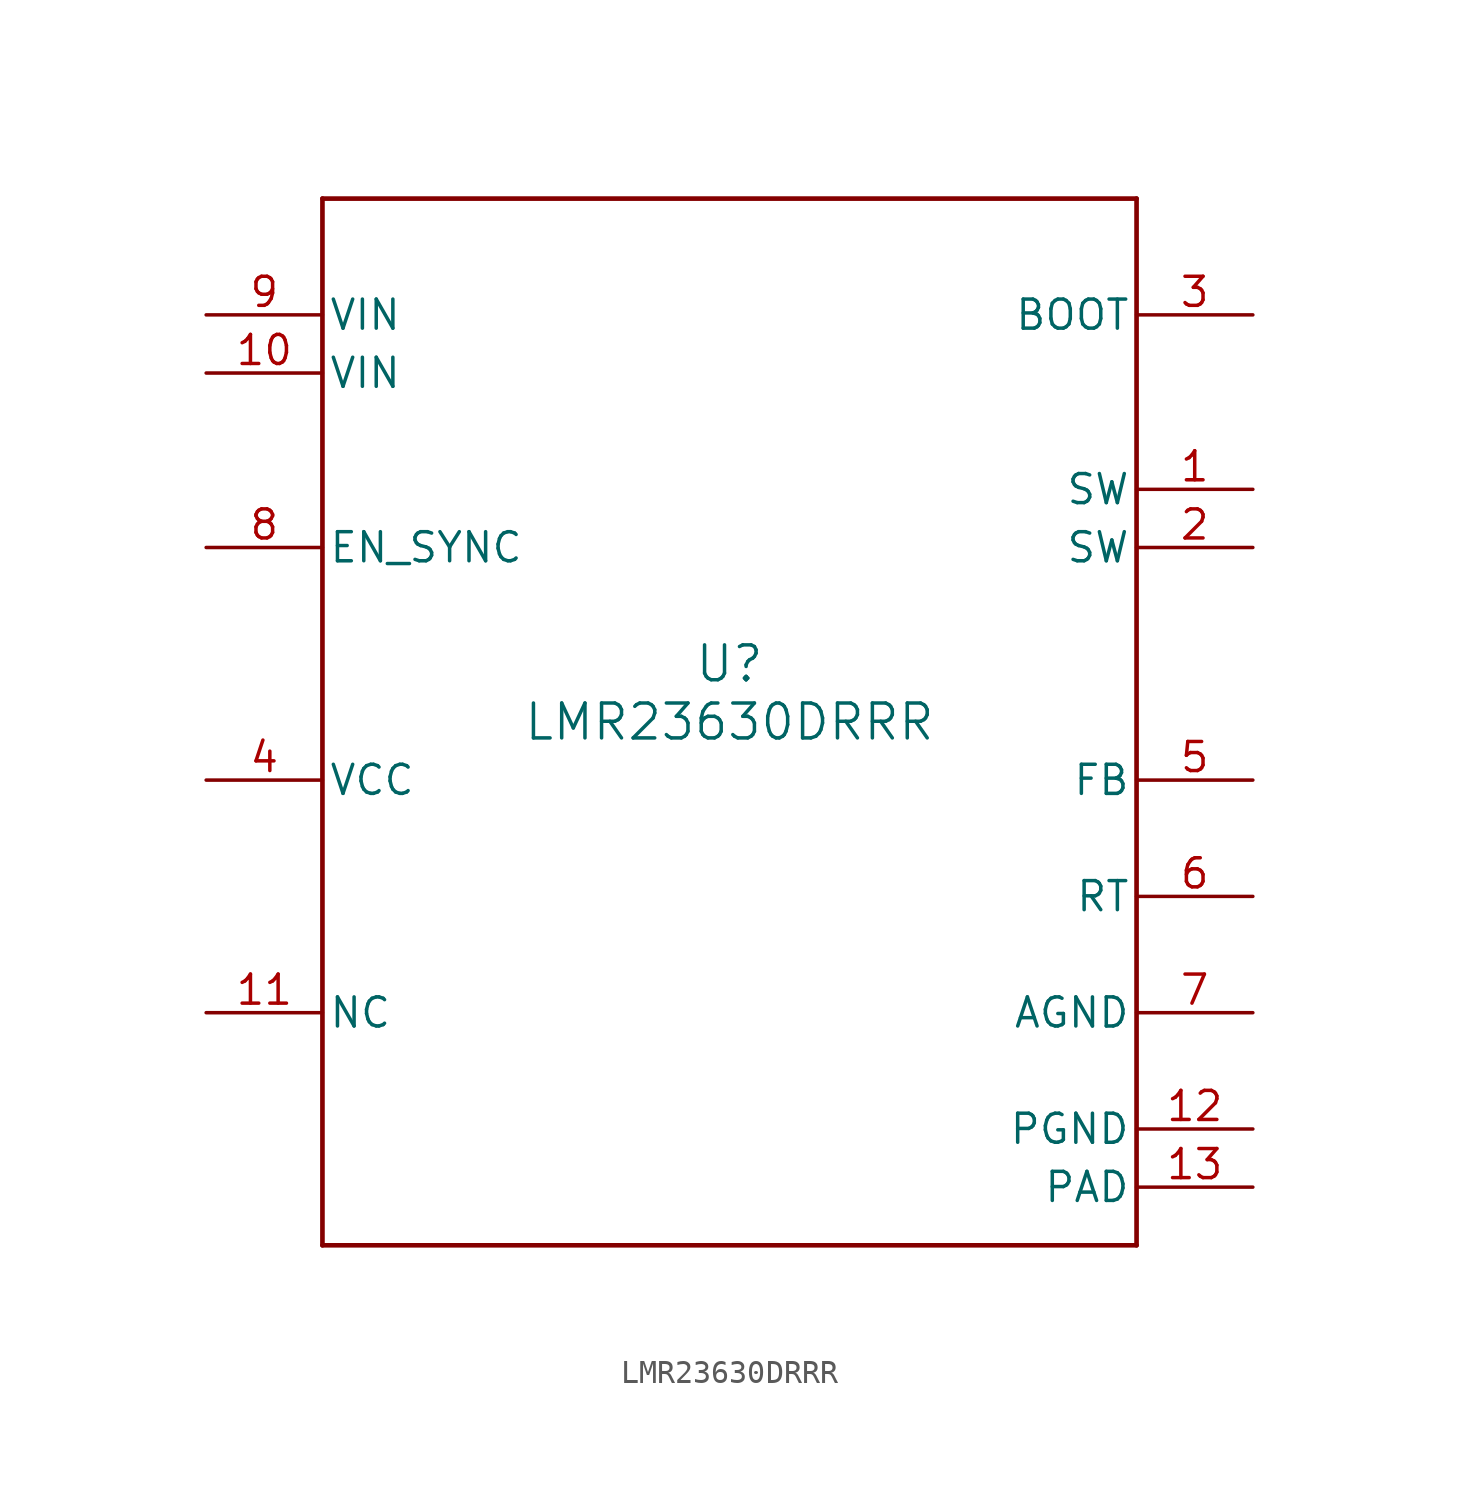
<source format=kicad_sym>
(kicad_symbol_lib
  (version 20211014)
  (generator kicad_symbol_editor)
  (symbol "LMR23630DRRR"
    (pin_names
      (offset 0.254))
    (property "Reference" "U"
      (at 0 2.54 0)
      (effects (font (size 1.524 1.524))))
    (property "Value" "LMR23630DRRR"
      (at 0 0 0)
      (effects (font (size 1.524 1.524))))
    (symbol "LMR23630DRRR_0_1"
      (polyline (pts (xy -17.78 -22.86) (xy 17.78 -22.86)) (stroke (width 0.203) (type default) (color 0 0 0 0)) (fill (type none)))
      (polyline (pts (xy 17.78 -22.86) (xy 17.78 22.86)) (stroke (width 0.203) (type default) (color 0 0 0 0)) (fill (type none)))
      (polyline (pts (xy 17.78 22.86) (xy -17.78 22.86)) (stroke (width 0.203) (type default) (color 0 0 0 0)) (fill (type none)))
      (polyline (pts (xy -17.78 22.86) (xy -17.78 -22.86)) (stroke (width 0.203) (type default) (color 0 0 0 0)) (fill (type none)))
      (pin power_in line (at 22.86 10.16 180) (length 5.08) (name "SW" (effects (font (size 1.27 1.27)))) (number "1" (effects (font (size 1.27 1.27)))))
      (pin power_in line (at 22.86 7.62 180) (length 5.08) (name "SW" (effects (font (size 1.27 1.27)))) (number "2" (effects (font (size 1.27 1.27)))))
      (pin power_in line (at 22.86 17.78 180) (length 5.08) (name "BOOT" (effects (font (size 1.27 1.27)))) (number "3" (effects (font (size 1.27 1.27)))))
      (pin power_in line (at -22.86 -2.54 0) (length 5.08) (name "VCC" (effects (font (size 1.27 1.27)))) (number "4" (effects (font (size 1.27 1.27)))))
      (pin input line (at 22.86 -2.54 180) (length 5.08) (name "FB" (effects (font (size 1.27 1.27)))) (number "5" (effects (font (size 1.27 1.27)))))
      (pin unspecified line (at 22.86 -7.62 180) (length 5.08) (name "RT" (effects (font (size 1.27 1.27)))) (number "6" (effects (font (size 1.27 1.27)))))
      (pin power_in line (at 22.86 -12.7 180) (length 5.08) (name "AGND" (effects (font (size 1.27 1.27)))) (number "7" (effects (font (size 1.27 1.27)))))
      (pin power_in line (at -22.86 7.62 0) (length 5.08) (name "EN_SYNC" (effects (font (size 1.27 1.27)))) (number "8" (effects (font (size 1.27 1.27)))))
      (pin power_in line (at -22.86 17.78 0) (length 5.08) (name "VIN" (effects (font (size 1.27 1.27)))) (number "9" (effects (font (size 1.27 1.27)))))
      (pin power_in line (at -22.86 15.24 0) (length 5.08) (name "VIN" (effects (font (size 1.27 1.27)))) (number "10" (effects (font (size 1.27 1.27)))))
      (pin power_in line (at -22.86 -12.7 0) (length 5.08) (name "NC" (effects (font (size 1.27 1.27)))) (number "11" (effects (font (size 1.27 1.27)))))
      (pin power_in line (at 22.86 -17.78 180) (length 5.08) (name "PGND" (effects (font (size 1.27 1.27)))) (number "12" (effects (font (size 1.27 1.27)))))
      (pin power_in line (at 22.86 -20.32 180) (length 5.08) (name "PAD" (effects (font (size 1.27 1.27)))) (number "13" (effects (font (size 1.27 1.27))))))))
</source>
